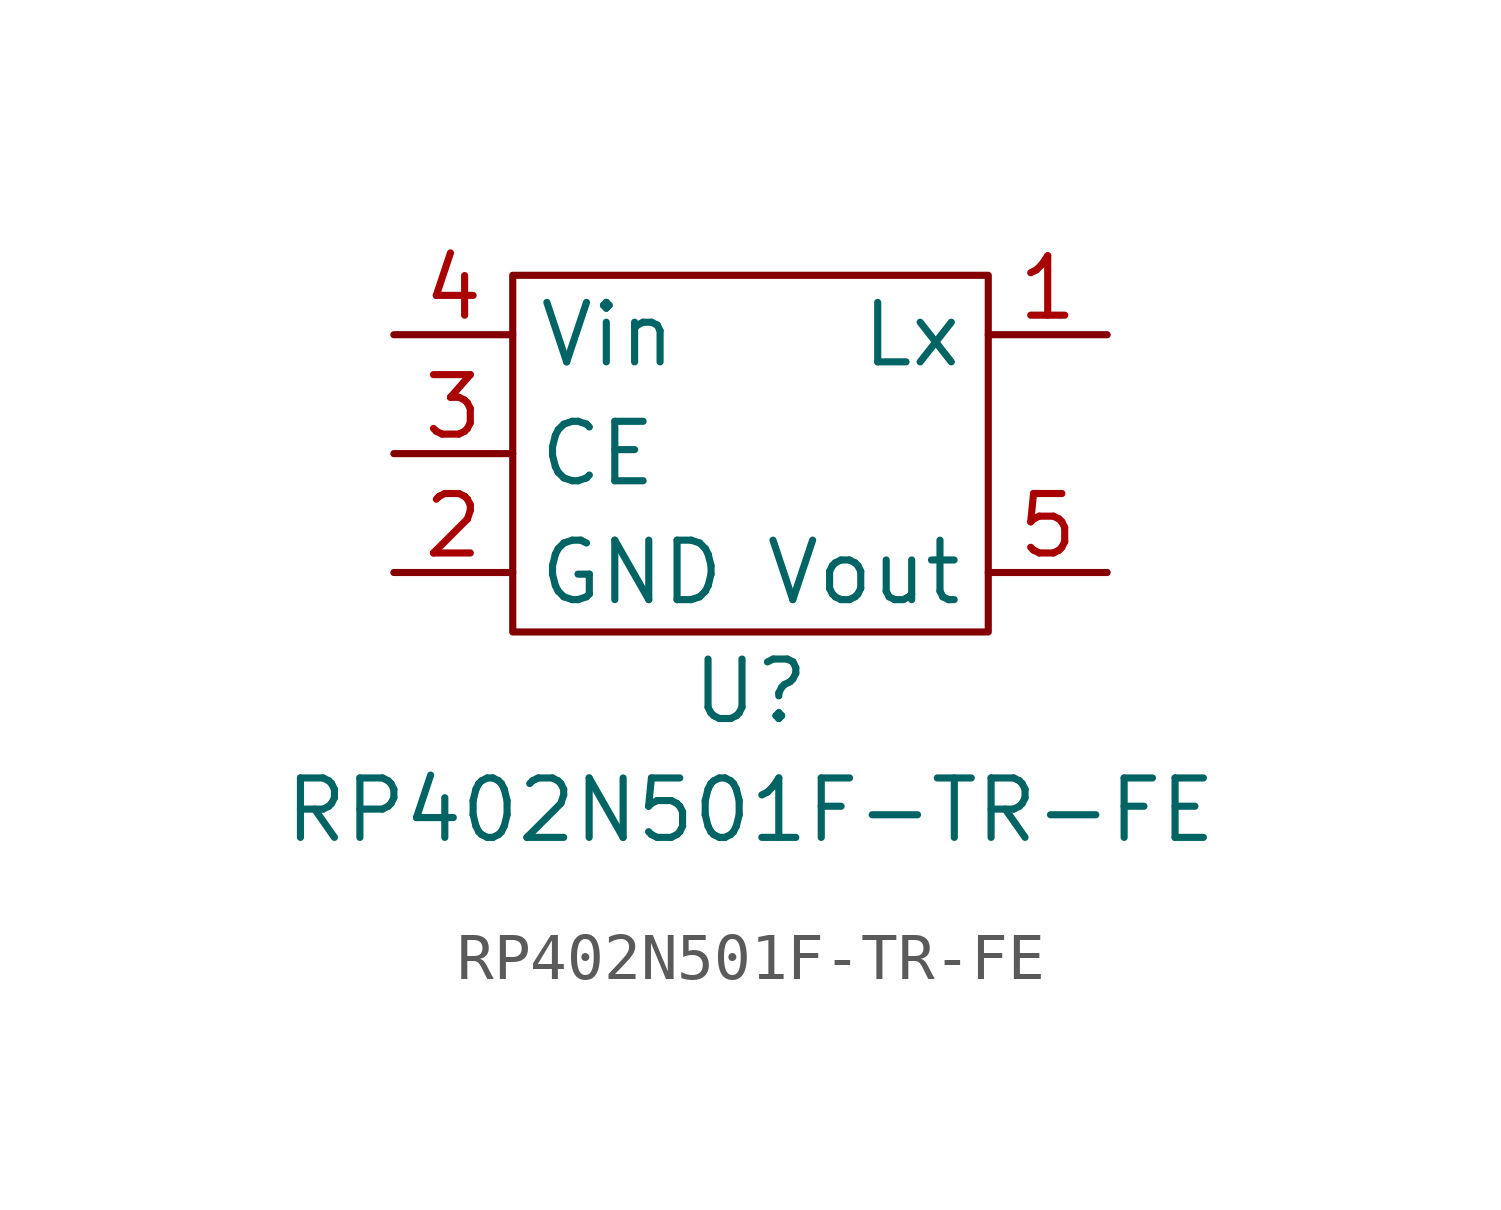
<source format=kicad_sym>
(kicad_symbol_lib
  (version 20211014)
  (generator kicad_symbol_editor)
  (symbol "RP402N501F-TR-FE"
    (property "Reference" "U"
      (at 0 0 0)
      (effects (font (size 1.27 1.27))))
    (property "Value" "RP402N501F-TR-FE"
      (at 0 -2.54 0)
      (effects (font (size 1.27 1.27))))
    (symbol "RP402N501F-TR-FE_0_1"
      (rectangle (start -5.08 8.89) (end 5.08 1.27) (stroke (width 0) (type default) (color 0 0 0 0)) (fill (type none))))
    (symbol "RP402N501F-TR-FE_1_1"
      (pin output line (at 7.62 7.62 180) (length 2.54) (name "Lx" (effects (font (size 1.27 1.27)))) (number "1" (effects (font (size 1.27 1.27)))))
      (pin input line (at -7.62 2.54 0) (length 2.54) (name "GND" (effects (font (size 1.27 1.27)))) (number "2" (effects (font (size 1.27 1.27)))))
      (pin input line (at -7.62 5.08 0) (length 2.54) (name "CE" (effects (font (size 1.27 1.27)))) (number "3" (effects (font (size 1.27 1.27)))))
      (pin input line (at -7.62 7.62 0) (length 2.54) (name "Vin" (effects (font (size 1.27 1.27)))) (number "4" (effects (font (size 1.27 1.27)))))
      (pin output line (at 7.62 2.54 180) (length 2.54) (name "Vout" (effects (font (size 1.27 1.27)))) (number "5" (effects (font (size 1.27 1.27))))))))
</source>
